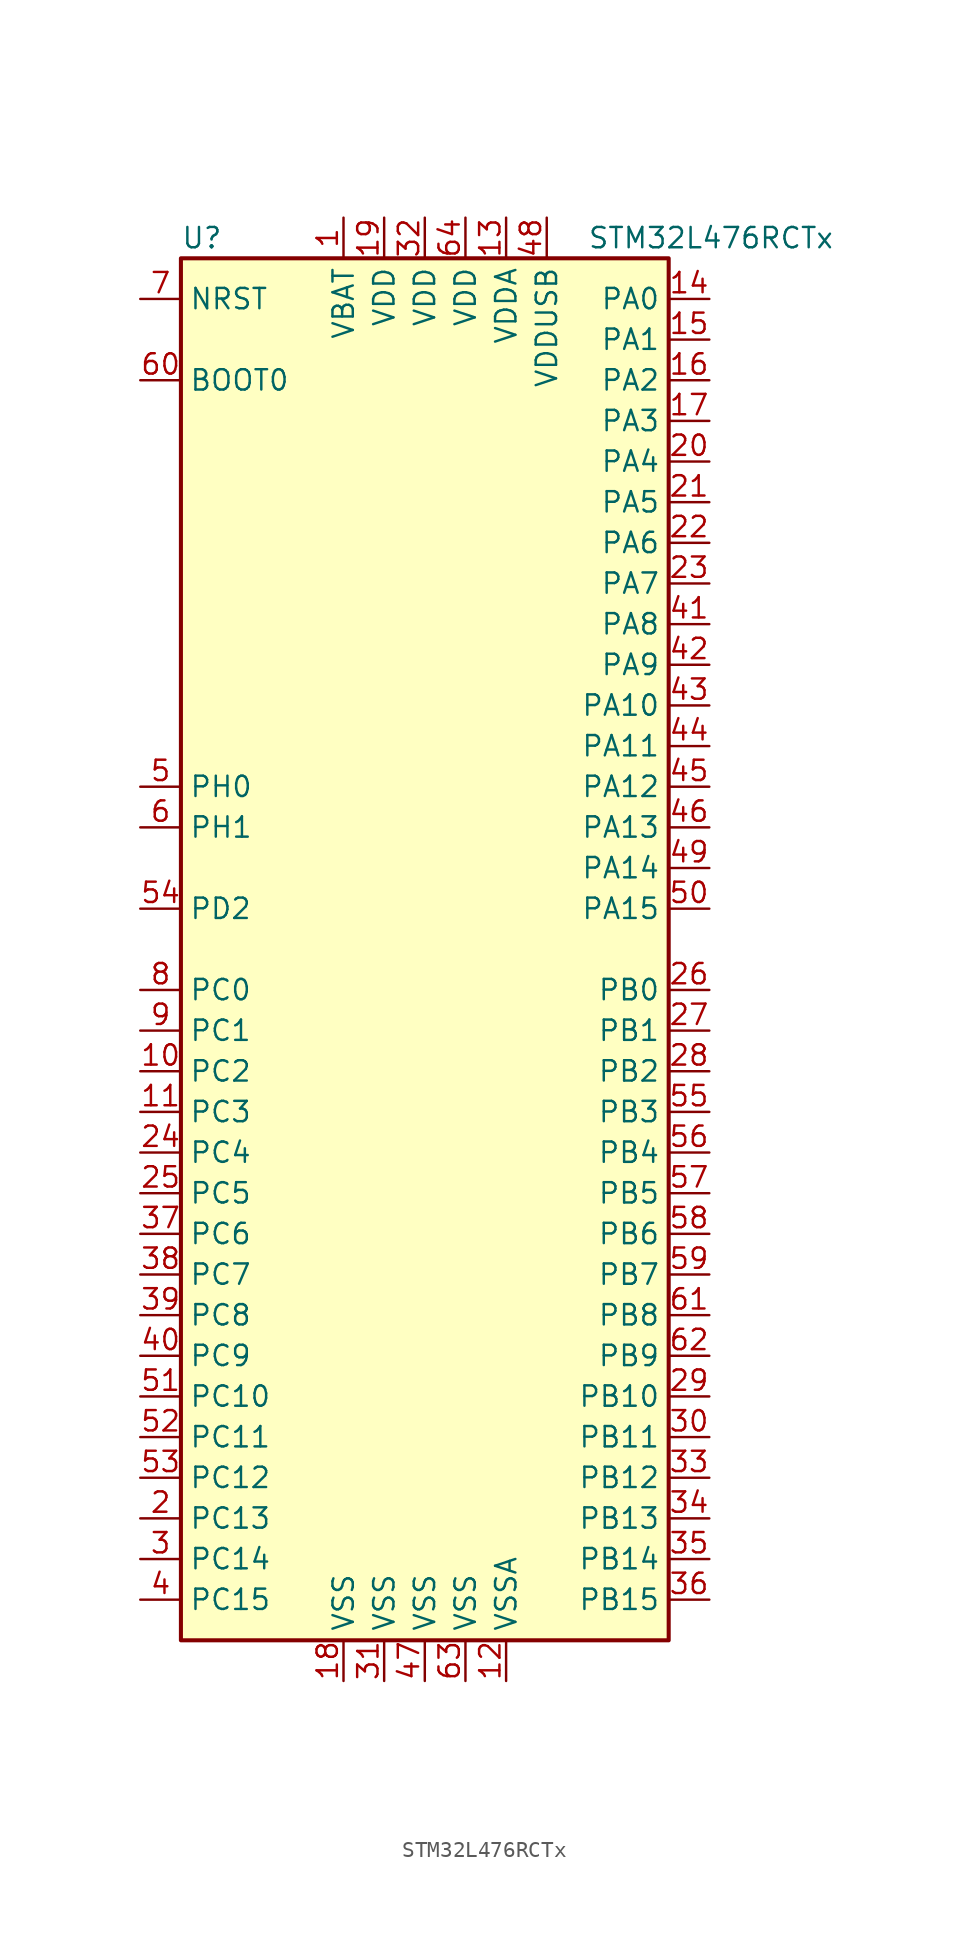
<source format=kicad_sym>
(kicad_symbol_lib
  (version 20211014)
  (generator kicad_symbol_editor)
  (symbol "STM32L476RCTx"
    (property "Reference" "U"
      (at -15.24 44.45 0)
      (effects (font (size 1.27 1.27)) (justify left)))
    (property "Value" "STM32L476RCTx"
      (at 10.16 44.45 0)
      (effects (font (size 1.27 1.27)) (justify left)))
    (symbol "STM32L476RCTx_0_1"
      (rectangle (start -15.24 -43.18) (end 15.24 43.18) (stroke (width 0.254) (type default) (color 0 0 0 0)) (fill (type background))))
    (symbol "STM32L476RCTx_1_1"
      (pin power_in line (at -5.08 45.72 270) (length 2.54) (name "VBAT" (effects (font (size 1.27 1.27)))) (number "1" (effects (font (size 1.27 1.27)))))
      (pin bidirectional line (at -17.78 -7.62 0) (length 2.54) (name "PC2" (effects (font (size 1.27 1.27)))) (number "10" (effects (font (size 1.27 1.27)))))
      (pin bidirectional line (at -17.78 -10.16 0) (length 2.54) (name "PC3" (effects (font (size 1.27 1.27)))) (number "11" (effects (font (size 1.27 1.27)))))
      (pin power_in line (at 5.08 -45.72 90) (length 2.54) (name "VSSA" (effects (font (size 1.27 1.27)))) (number "12" (effects (font (size 1.27 1.27)))))
      (pin power_in line (at 5.08 45.72 270) (length 2.54) (name "VDDA" (effects (font (size 1.27 1.27)))) (number "13" (effects (font (size 1.27 1.27)))))
      (pin bidirectional line (at 17.78 40.64 180) (length 2.54) (name "PA0" (effects (font (size 1.27 1.27)))) (number "14" (effects (font (size 1.27 1.27)))))
      (pin bidirectional line (at 17.78 38.1 180) (length 2.54) (name "PA1" (effects (font (size 1.27 1.27)))) (number "15" (effects (font (size 1.27 1.27)))))
      (pin bidirectional line (at 17.78 35.56 180) (length 2.54) (name "PA2" (effects (font (size 1.27 1.27)))) (number "16" (effects (font (size 1.27 1.27)))))
      (pin bidirectional line (at 17.78 33.02 180) (length 2.54) (name "PA3" (effects (font (size 1.27 1.27)))) (number "17" (effects (font (size 1.27 1.27)))))
      (pin power_in line (at -5.08 -45.72 90) (length 2.54) (name "VSS" (effects (font (size 1.27 1.27)))) (number "18" (effects (font (size 1.27 1.27)))))
      (pin power_in line (at -2.54 45.72 270) (length 2.54) (name "VDD" (effects (font (size 1.27 1.27)))) (number "19" (effects (font (size 1.27 1.27)))))
      (pin bidirectional line (at -17.78 -35.56 0) (length 2.54) (name "PC13" (effects (font (size 1.27 1.27)))) (number "2" (effects (font (size 1.27 1.27)))))
      (pin bidirectional line (at 17.78 30.48 180) (length 2.54) (name "PA4" (effects (font (size 1.27 1.27)))) (number "20" (effects (font (size 1.27 1.27)))))
      (pin bidirectional line (at 17.78 27.94 180) (length 2.54) (name "PA5" (effects (font (size 1.27 1.27)))) (number "21" (effects (font (size 1.27 1.27)))))
      (pin bidirectional line (at 17.78 25.4 180) (length 2.54) (name "PA6" (effects (font (size 1.27 1.27)))) (number "22" (effects (font (size 1.27 1.27)))))
      (pin bidirectional line (at 17.78 22.86 180) (length 2.54) (name "PA7" (effects (font (size 1.27 1.27)))) (number "23" (effects (font (size 1.27 1.27)))))
      (pin bidirectional line (at -17.78 -12.7 0) (length 2.54) (name "PC4" (effects (font (size 1.27 1.27)))) (number "24" (effects (font (size 1.27 1.27)))))
      (pin bidirectional line (at -17.78 -15.24 0) (length 2.54) (name "PC5" (effects (font (size 1.27 1.27)))) (number "25" (effects (font (size 1.27 1.27)))))
      (pin bidirectional line (at 17.78 -2.54 180) (length 2.54) (name "PB0" (effects (font (size 1.27 1.27)))) (number "26" (effects (font (size 1.27 1.27)))))
      (pin bidirectional line (at 17.78 -5.08 180) (length 2.54) (name "PB1" (effects (font (size 1.27 1.27)))) (number "27" (effects (font (size 1.27 1.27)))))
      (pin bidirectional line (at 17.78 -7.62 180) (length 2.54) (name "PB2" (effects (font (size 1.27 1.27)))) (number "28" (effects (font (size 1.27 1.27)))))
      (pin bidirectional line (at 17.78 -27.94 180) (length 2.54) (name "PB10" (effects (font (size 1.27 1.27)))) (number "29" (effects (font (size 1.27 1.27)))))
      (pin bidirectional line (at -17.78 -38.1 0) (length 2.54) (name "PC14" (effects (font (size 1.27 1.27)))) (number "3" (effects (font (size 1.27 1.27)))))
      (pin bidirectional line (at 17.78 -30.48 180) (length 2.54) (name "PB11" (effects (font (size 1.27 1.27)))) (number "30" (effects (font (size 1.27 1.27)))))
      (pin power_in line (at -2.54 -45.72 90) (length 2.54) (name "VSS" (effects (font (size 1.27 1.27)))) (number "31" (effects (font (size 1.27 1.27)))))
      (pin power_in line (at 0 45.72 270) (length 2.54) (name "VDD" (effects (font (size 1.27 1.27)))) (number "32" (effects (font (size 1.27 1.27)))))
      (pin bidirectional line (at 17.78 -33.02 180) (length 2.54) (name "PB12" (effects (font (size 1.27 1.27)))) (number "33" (effects (font (size 1.27 1.27)))))
      (pin bidirectional line (at 17.78 -35.56 180) (length 2.54) (name "PB13" (effects (font (size 1.27 1.27)))) (number "34" (effects (font (size 1.27 1.27)))))
      (pin bidirectional line (at 17.78 -38.1 180) (length 2.54) (name "PB14" (effects (font (size 1.27 1.27)))) (number "35" (effects (font (size 1.27 1.27)))))
      (pin bidirectional line (at 17.78 -40.64 180) (length 2.54) (name "PB15" (effects (font (size 1.27 1.27)))) (number "36" (effects (font (size 1.27 1.27)))))
      (pin bidirectional line (at -17.78 -17.78 0) (length 2.54) (name "PC6" (effects (font (size 1.27 1.27)))) (number "37" (effects (font (size 1.27 1.27)))))
      (pin bidirectional line (at -17.78 -20.32 0) (length 2.54) (name "PC7" (effects (font (size 1.27 1.27)))) (number "38" (effects (font (size 1.27 1.27)))))
      (pin bidirectional line (at -17.78 -22.86 0) (length 2.54) (name "PC8" (effects (font (size 1.27 1.27)))) (number "39" (effects (font (size 1.27 1.27)))))
      (pin bidirectional line (at -17.78 -40.64 0) (length 2.54) (name "PC15" (effects (font (size 1.27 1.27)))) (number "4" (effects (font (size 1.27 1.27)))))
      (pin bidirectional line (at -17.78 -25.4 0) (length 2.54) (name "PC9" (effects (font (size 1.27 1.27)))) (number "40" (effects (font (size 1.27 1.27)))))
      (pin bidirectional line (at 17.78 20.32 180) (length 2.54) (name "PA8" (effects (font (size 1.27 1.27)))) (number "41" (effects (font (size 1.27 1.27)))))
      (pin bidirectional line (at 17.78 17.78 180) (length 2.54) (name "PA9" (effects (font (size 1.27 1.27)))) (number "42" (effects (font (size 1.27 1.27)))))
      (pin bidirectional line (at 17.78 15.24 180) (length 2.54) (name "PA10" (effects (font (size 1.27 1.27)))) (number "43" (effects (font (size 1.27 1.27)))))
      (pin bidirectional line (at 17.78 12.7 180) (length 2.54) (name "PA11" (effects (font (size 1.27 1.27)))) (number "44" (effects (font (size 1.27 1.27)))))
      (pin bidirectional line (at 17.78 10.16 180) (length 2.54) (name "PA12" (effects (font (size 1.27 1.27)))) (number "45" (effects (font (size 1.27 1.27)))))
      (pin bidirectional line (at 17.78 7.62 180) (length 2.54) (name "PA13" (effects (font (size 1.27 1.27)))) (number "46" (effects (font (size 1.27 1.27)))))
      (pin power_in line (at 0 -45.72 90) (length 2.54) (name "VSS" (effects (font (size 1.27 1.27)))) (number "47" (effects (font (size 1.27 1.27)))))
      (pin power_in line (at 7.62 45.72 270) (length 2.54) (name "VDDUSB" (effects (font (size 1.27 1.27)))) (number "48" (effects (font (size 1.27 1.27)))))
      (pin bidirectional line (at 17.78 5.08 180) (length 2.54) (name "PA14" (effects (font (size 1.27 1.27)))) (number "49" (effects (font (size 1.27 1.27)))))
      (pin input line (at -17.78 10.16 0) (length 2.54) (name "PH0" (effects (font (size 1.27 1.27)))) (number "5" (effects (font (size 1.27 1.27)))))
      (pin bidirectional line (at 17.78 2.54 180) (length 2.54) (name "PA15" (effects (font (size 1.27 1.27)))) (number "50" (effects (font (size 1.27 1.27)))))
      (pin bidirectional line (at -17.78 -27.94 0) (length 2.54) (name "PC10" (effects (font (size 1.27 1.27)))) (number "51" (effects (font (size 1.27 1.27)))))
      (pin bidirectional line (at -17.78 -30.48 0) (length 2.54) (name "PC11" (effects (font (size 1.27 1.27)))) (number "52" (effects (font (size 1.27 1.27)))))
      (pin bidirectional line (at -17.78 -33.02 0) (length 2.54) (name "PC12" (effects (font (size 1.27 1.27)))) (number "53" (effects (font (size 1.27 1.27)))))
      (pin bidirectional line (at -17.78 2.54 0) (length 2.54) (name "PD2" (effects (font (size 1.27 1.27)))) (number "54" (effects (font (size 1.27 1.27)))))
      (pin bidirectional line (at 17.78 -10.16 180) (length 2.54) (name "PB3" (effects (font (size 1.27 1.27)))) (number "55" (effects (font (size 1.27 1.27)))))
      (pin bidirectional line (at 17.78 -12.7 180) (length 2.54) (name "PB4" (effects (font (size 1.27 1.27)))) (number "56" (effects (font (size 1.27 1.27)))))
      (pin bidirectional line (at 17.78 -15.24 180) (length 2.54) (name "PB5" (effects (font (size 1.27 1.27)))) (number "57" (effects (font (size 1.27 1.27)))))
      (pin bidirectional line (at 17.78 -17.78 180) (length 2.54) (name "PB6" (effects (font (size 1.27 1.27)))) (number "58" (effects (font (size 1.27 1.27)))))
      (pin bidirectional line (at 17.78 -20.32 180) (length 2.54) (name "PB7" (effects (font (size 1.27 1.27)))) (number "59" (effects (font (size 1.27 1.27)))))
      (pin input line (at -17.78 7.62 0) (length 2.54) (name "PH1" (effects (font (size 1.27 1.27)))) (number "6" (effects (font (size 1.27 1.27)))))
      (pin input line (at -17.78 35.56 0) (length 2.54) (name "BOOT0" (effects (font (size 1.27 1.27)))) (number "60" (effects (font (size 1.27 1.27)))))
      (pin bidirectional line (at 17.78 -22.86 180) (length 2.54) (name "PB8" (effects (font (size 1.27 1.27)))) (number "61" (effects (font (size 1.27 1.27)))))
      (pin bidirectional line (at 17.78 -25.4 180) (length 2.54) (name "PB9" (effects (font (size 1.27 1.27)))) (number "62" (effects (font (size 1.27 1.27)))))
      (pin power_in line (at 2.54 -45.72 90) (length 2.54) (name "VSS" (effects (font (size 1.27 1.27)))) (number "63" (effects (font (size 1.27 1.27)))))
      (pin power_in line (at 2.54 45.72 270) (length 2.54) (name "VDD" (effects (font (size 1.27 1.27)))) (number "64" (effects (font (size 1.27 1.27)))))
      (pin input line (at -17.78 40.64 0) (length 2.54) (name "NRST" (effects (font (size 1.27 1.27)))) (number "7" (effects (font (size 1.27 1.27)))))
      (pin bidirectional line (at -17.78 -2.54 0) (length 2.54) (name "PC0" (effects (font (size 1.27 1.27)))) (number "8" (effects (font (size 1.27 1.27)))))
      (pin bidirectional line (at -17.78 -5.08 0) (length 2.54) (name "PC1" (effects (font (size 1.27 1.27)))) (number "9" (effects (font (size 1.27 1.27))))))))
</source>
